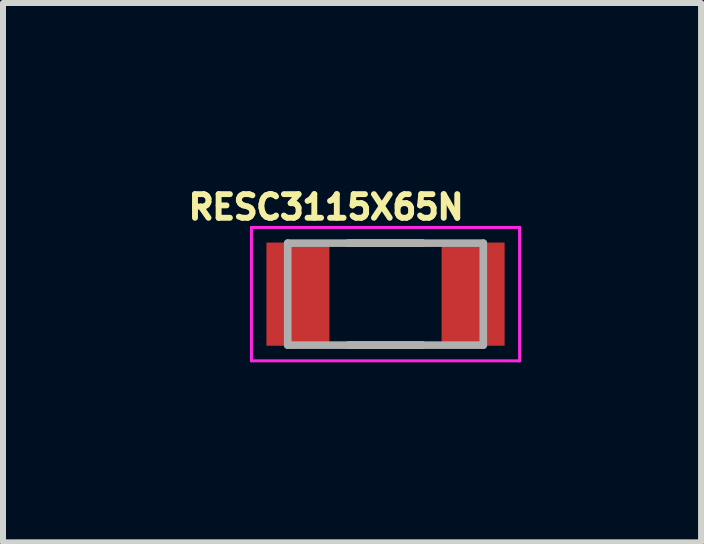
<source format=kicad_pcb>
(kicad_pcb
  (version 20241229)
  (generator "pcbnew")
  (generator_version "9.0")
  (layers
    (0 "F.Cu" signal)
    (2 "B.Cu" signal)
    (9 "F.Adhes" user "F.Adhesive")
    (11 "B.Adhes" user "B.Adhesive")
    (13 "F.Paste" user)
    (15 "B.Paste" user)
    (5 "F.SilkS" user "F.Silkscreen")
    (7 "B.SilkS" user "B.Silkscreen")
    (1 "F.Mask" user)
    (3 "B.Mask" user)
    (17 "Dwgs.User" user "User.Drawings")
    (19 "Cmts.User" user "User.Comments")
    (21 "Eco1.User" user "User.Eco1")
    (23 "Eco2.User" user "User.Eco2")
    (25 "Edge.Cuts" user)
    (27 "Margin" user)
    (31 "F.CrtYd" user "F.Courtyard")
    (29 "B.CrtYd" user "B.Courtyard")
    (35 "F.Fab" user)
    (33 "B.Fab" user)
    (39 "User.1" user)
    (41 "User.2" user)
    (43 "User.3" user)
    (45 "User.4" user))
  (footprint "RESC3115X65N"
    (layer "F.Cu")
    (at 3.376 1.853)
    (property "Reference" "RESC3115X65N" (at -0.99 -1.45 0) (layer "F.SilkS") (effects (font (size 0.394 0.394) (thickness 0.15))))
    (attr smd)
    (fp_line (start -0.62 -0.85) (end 0.62 -0.85) (stroke (width 0.127) (type solid)) (layer "F.SilkS"))
    (fp_line (start -0.62 0.85) (end 0.62 0.85) (stroke (width 0.127) (type solid)) (layer "F.SilkS"))
    (fp_line (start -2.235 -1.112) (end 2.235 -1.112) (stroke (width 0.05) (type solid)) (layer "F.CrtYd"))
    (fp_line (start -2.235 1.112) (end -2.235 -1.112) (stroke (width 0.05) (type solid)) (layer "F.CrtYd"))
    (fp_line (start -2.235 1.112) (end 2.235 1.112) (stroke (width 0.05) (type solid)) (layer "F.CrtYd"))
    (fp_line (start 2.235 1.112) (end 2.235 -1.112) (stroke (width 0.05) (type solid)) (layer "F.CrtYd"))
    (fp_line (start -1.63 0.85) (end -1.63 -0.85) (stroke (width 0.127) (type solid)) (layer "F.Fab"))
    (fp_line (start 1.63 -0.85) (end -1.63 -0.85) (stroke (width 0.127) (type solid)) (layer "F.Fab"))
    (fp_line (start 1.63 0.85) (end -1.63 0.85) (stroke (width 0.127) (type solid)) (layer "F.Fab"))
    (fp_line (start 1.63 0.85) (end 1.63 -0.85) (stroke (width 0.127) (type solid)) (layer "F.Fab"))
    (pad "1" smd rect (at -1.46 0) (size 1.05 1.72) (layers "F.Cu" "F.Mask" "F.Paste"))
    (pad "2" smd rect (at 1.46 0) (size 1.05 1.72) (layers "F.Cu" "F.Mask" "F.Paste")))
  (gr_rect
    (start -3 -3)
    (end 8.636 5.99)
    (stroke (width 0.1) (type default))
    (fill no)
    (layer "Edge.Cuts")))
</source>
